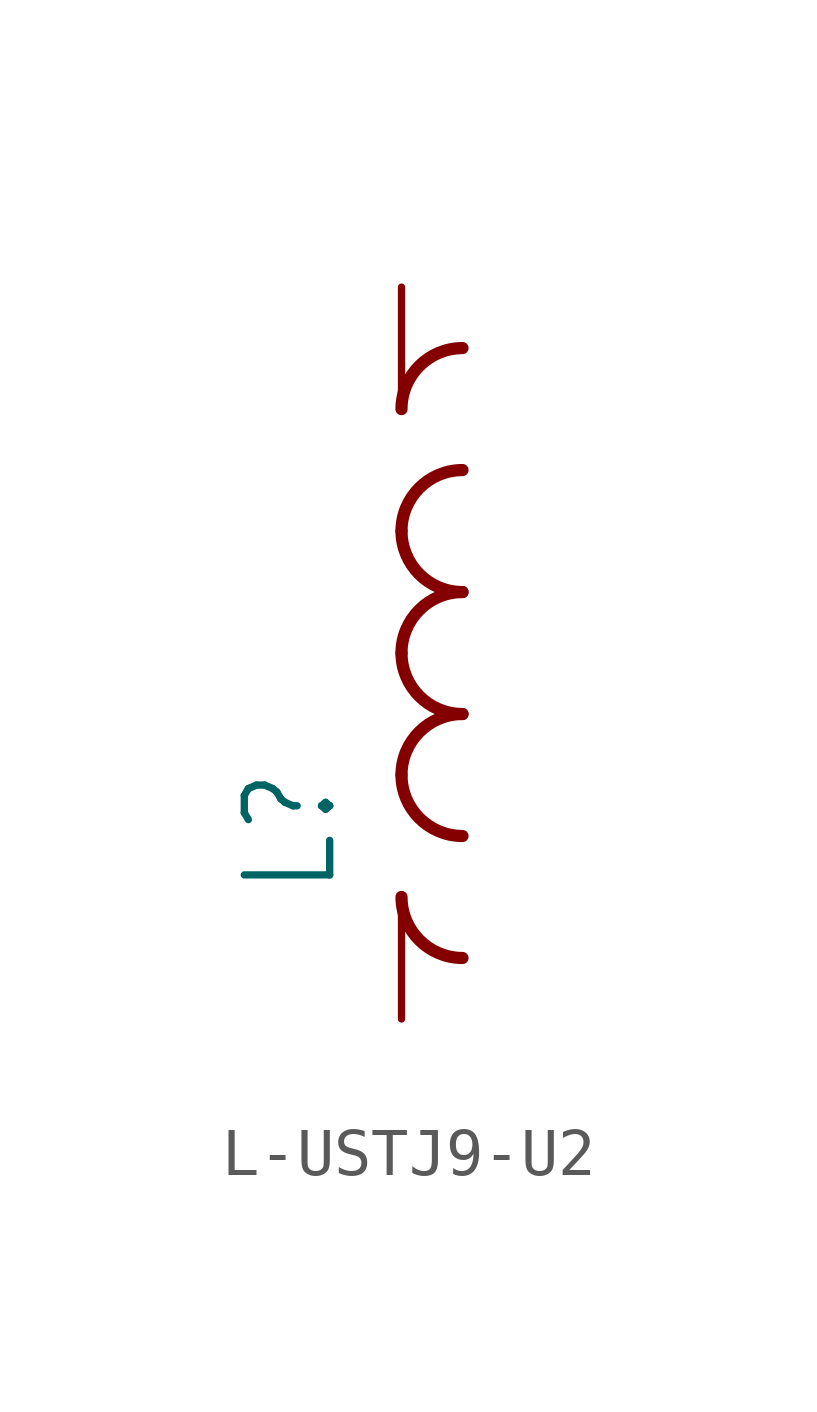
<source format=kicad_sym>
(kicad_symbol_lib
  (version 20241209)
  (generator "kicad_symbol_editor")
  (generator_version "9.0")
  (symbol "L-USTJ9-U2"
    (property "Reference" "L"
      (at -1.27 -5.08 90)
      (effects (font (size 1.778 1.511)) (justify left bottom)))
    (property "Value" ""
      (at 3.81 -5.08 90)
      (effects (font (size 1.778 1.511)) (justify left bottom)))
    (property "ki_locked" ""
      (at 0 0 0)
      (effects (font (size 1.27 1.27))))
    (symbol "L-USTJ9-U2_1_0"
      (arc (start 0 5.08) (mid 0.372 5.978) (end 1.27 6.35) (stroke (width 0.254) (type solid)) (fill (type none)))
      (arc (start 0 2.54) (mid 0.372 3.438) (end 1.27 3.81) (stroke (width 0.254) (type solid)) (fill (type none)))
      (arc (start 1.27 1.27) (mid 0.372 1.642) (end 0 2.54) (stroke (width 0.254) (type solid)) (fill (type none)))
      (arc (start 0 0) (mid 0.372 0.898) (end 1.27 1.27) (stroke (width 0.254) (type solid)) (fill (type none)))
      (arc (start 1.27 -1.27) (mid 0.372 -0.898) (end 0 0) (stroke (width 0.254) (type solid)) (fill (type none)))
      (arc (start 0 -2.54) (mid 0.372 -1.642) (end 1.27 -1.27) (stroke (width 0.254) (type solid)) (fill (type none)))
      (arc (start 1.27 -3.81) (mid 0.372 -3.438) (end 0 -2.54) (stroke (width 0.254) (type solid)) (fill (type none)))
      (arc (start 1.27 -6.35) (mid 0.372 -5.978) (end 0 -5.08) (stroke (width 0.254) (type solid)) (fill (type none)))
      (pin passive line (at 0 7.62 270) (length 2.54) (name "1" (effects (font (size 0 0)))) (number "1" (effects (font (size 0 0)))))
      (pin passive line (at 0 -7.62 90) (length 2.54) (name "2" (effects (font (size 0 0)))) (number "2" (effects (font (size 0 0))))))))
</source>
